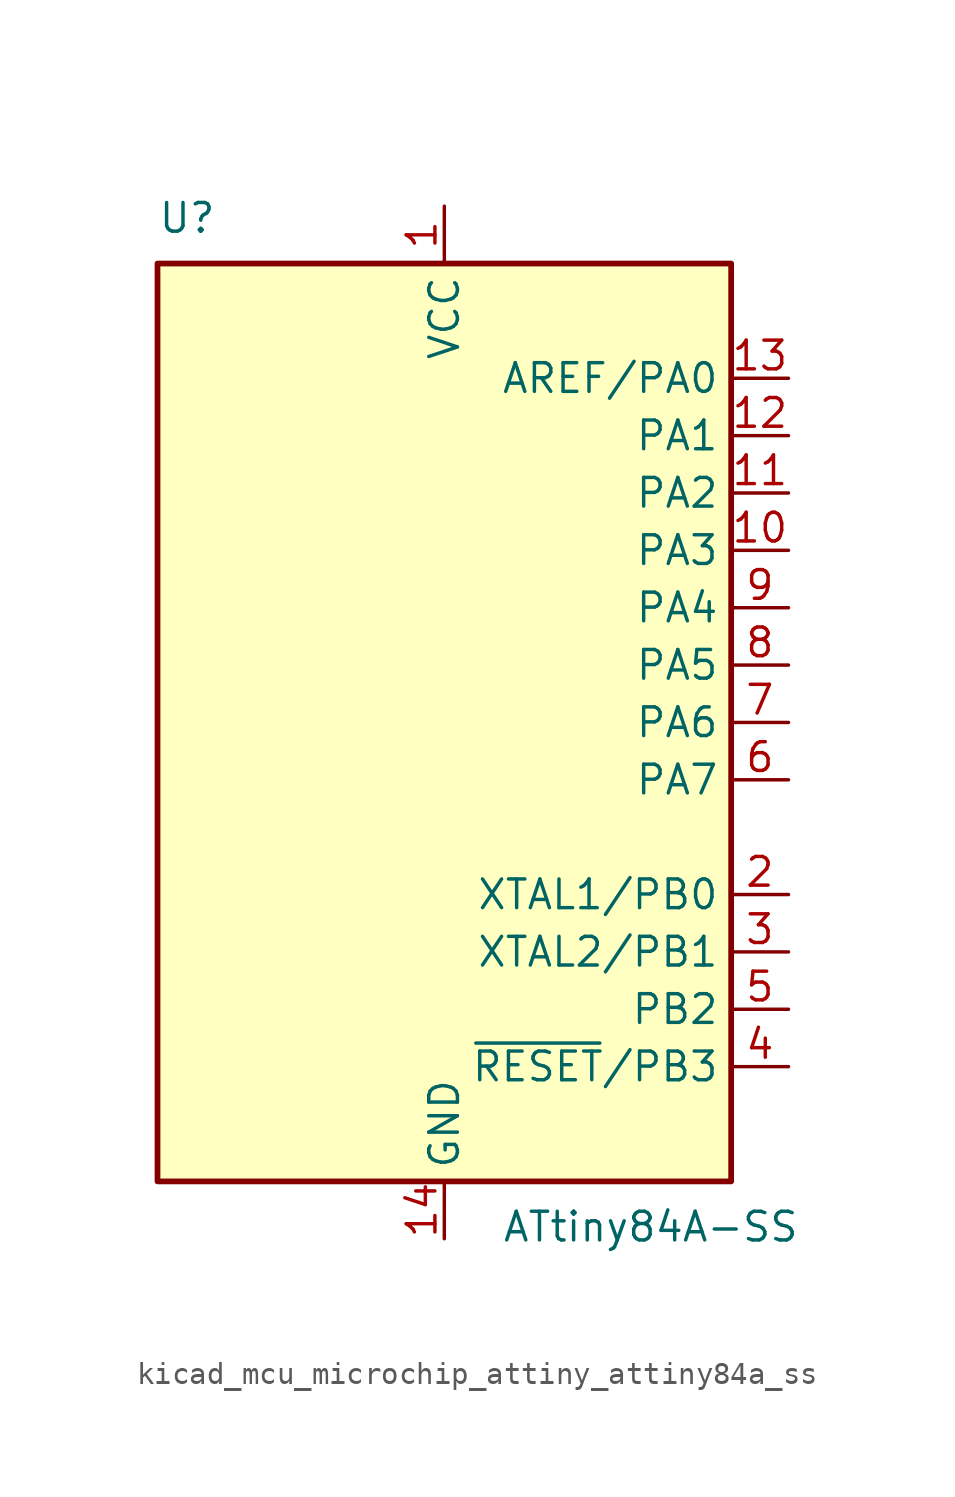
<source format=kicad_sym>
(kicad_symbol_lib
  (version 20220914)
  (generator kicad_symbol_editor)
  (symbol "kicad_mcu_microchip_attiny_attiny84a_ss"
    (property "Reference" "U"
      (at -12.7 21.59 0)
      (effects (font (size 1.27 1.27)) (justify left bottom)))
    (property "Value" "ATtiny84A-SS"
      (at 2.54 -21.59 0)
      (effects (font (size 1.27 1.27)) (justify left top)))
    (symbol "kicad_mcu_microchip_attiny_attiny84a_ss_0_1"
      (rectangle (start -12.7 -20.32) (end 12.7 20.32) (stroke (width 0.254) (type default)) (fill (type background))))
    (symbol "kicad_mcu_microchip_attiny_attiny84a_ss_1_1"
      (pin power_in line (at 0 22.86 270) (length 2.54) (name "VCC" (effects (font (size 1.27 1.27)))) (number "1" (effects (font (size 1.27 1.27)))))
      (pin bidirectional line (at 15.24 7.62 180) (length 2.54) (name "PA3" (effects (font (size 1.27 1.27)))) (number "10" (effects (font (size 1.27 1.27)))))
      (pin bidirectional line (at 15.24 10.16 180) (length 2.54) (name "PA2" (effects (font (size 1.27 1.27)))) (number "11" (effects (font (size 1.27 1.27)))))
      (pin bidirectional line (at 15.24 12.7 180) (length 2.54) (name "PA1" (effects (font (size 1.27 1.27)))) (number "12" (effects (font (size 1.27 1.27)))))
      (pin bidirectional line (at 15.24 15.24 180) (length 2.54) (name "AREF/PA0" (effects (font (size 1.27 1.27)))) (number "13" (effects (font (size 1.27 1.27)))))
      (pin power_in line (at 0 -22.86 90) (length 2.54) (name "GND" (effects (font (size 1.27 1.27)))) (number "14" (effects (font (size 1.27 1.27)))))
      (pin bidirectional line (at 15.24 -7.62 180) (length 2.54) (name "XTAL1/PB0" (effects (font (size 1.27 1.27)))) (number "2" (effects (font (size 1.27 1.27)))))
      (pin bidirectional line (at 15.24 -10.16 180) (length 2.54) (name "XTAL2/PB1" (effects (font (size 1.27 1.27)))) (number "3" (effects (font (size 1.27 1.27)))))
      (pin bidirectional line (at 15.24 -15.24 180) (length 2.54) (name "~{RESET}/PB3" (effects (font (size 1.27 1.27)))) (number "4" (effects (font (size 1.27 1.27)))))
      (pin bidirectional line (at 15.24 -12.7 180) (length 2.54) (name "PB2" (effects (font (size 1.27 1.27)))) (number "5" (effects (font (size 1.27 1.27)))))
      (pin bidirectional line (at 15.24 -2.54 180) (length 2.54) (name "PA7" (effects (font (size 1.27 1.27)))) (number "6" (effects (font (size 1.27 1.27)))))
      (pin bidirectional line (at 15.24 0 180) (length 2.54) (name "PA6" (effects (font (size 1.27 1.27)))) (number "7" (effects (font (size 1.27 1.27)))))
      (pin bidirectional line (at 15.24 2.54 180) (length 2.54) (name "PA5" (effects (font (size 1.27 1.27)))) (number "8" (effects (font (size 1.27 1.27)))))
      (pin bidirectional line (at 15.24 5.08 180) (length 2.54) (name "PA4" (effects (font (size 1.27 1.27)))) (number "9" (effects (font (size 1.27 1.27))))))))
</source>
